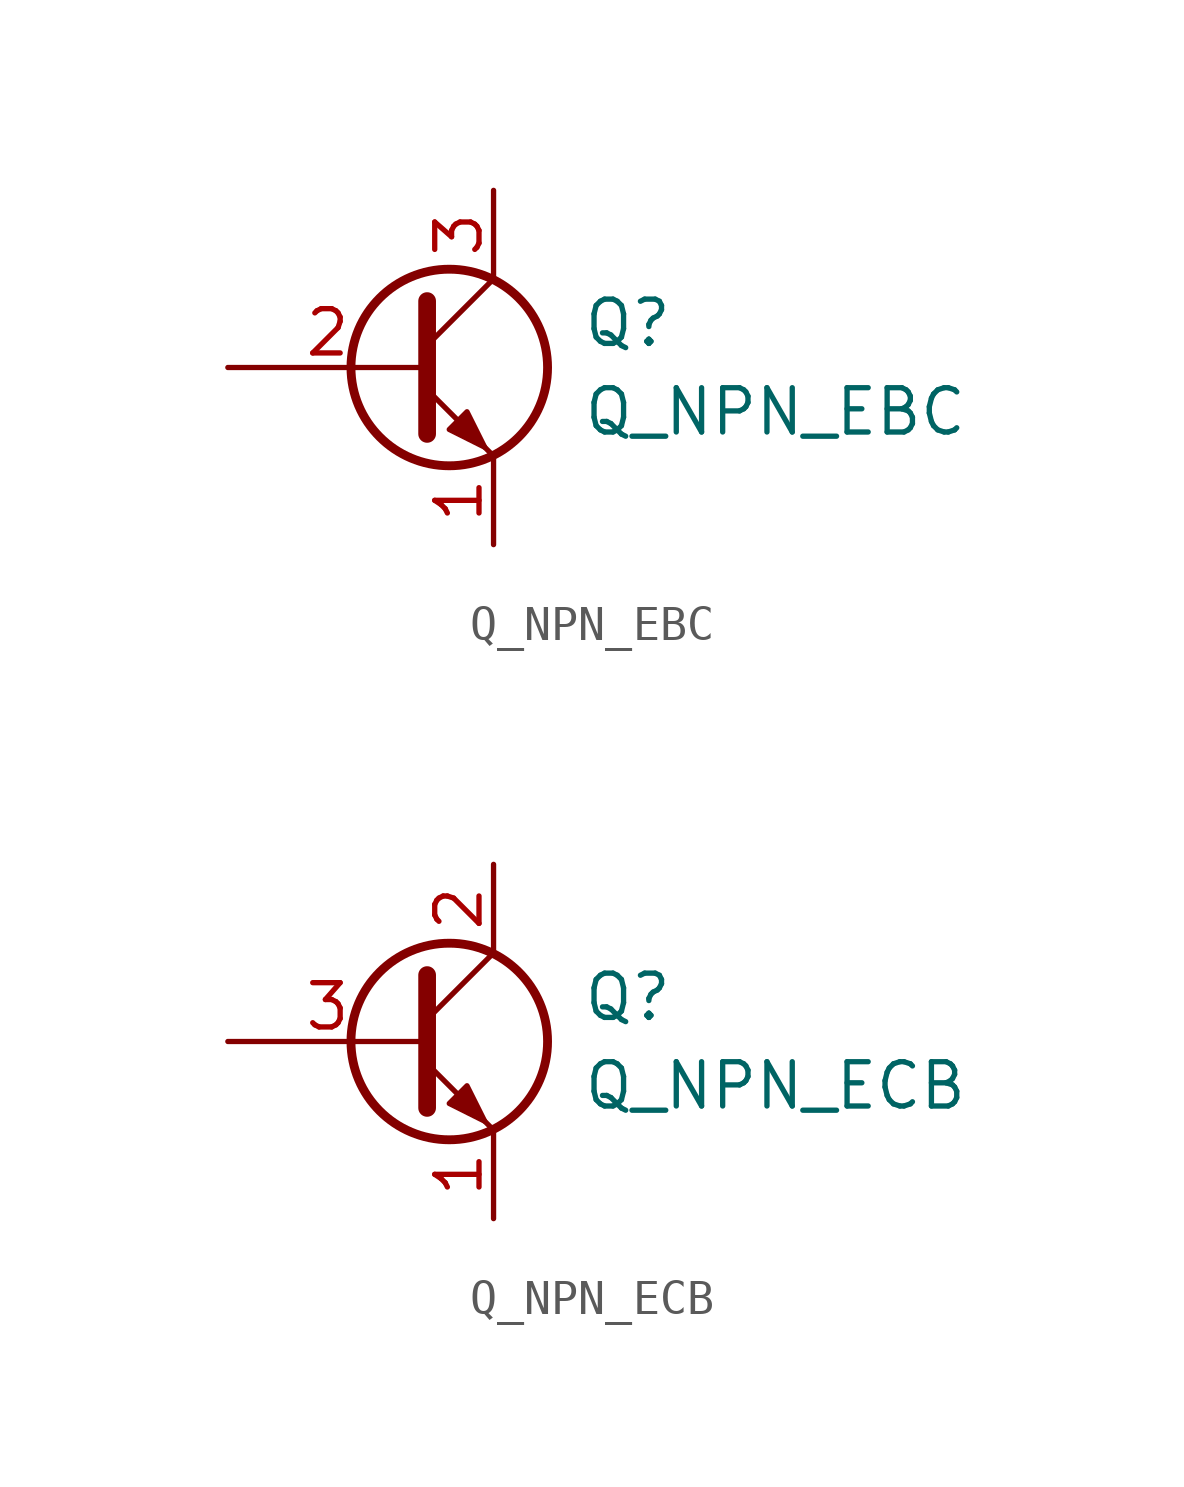
<source format=kicad_sym>
(kicad_symbol_lib
  (version 20211014)
  (generator kicad_symbol_editor)
  (symbol "Q_NPN_EBC"
    (pin_names
      (offset 0) hide)
    (property "Reference" "Q"
      (at 5.08 1.27 0)
      (effects (font (size 1.27 1.27)) (justify left)))
    (property "Value" "Q_NPN_EBC"
      (at 5.08 -1.27 0)
      (effects (font (size 1.27 1.27)) (justify left)))
    (symbol "Q_NPN_EBC_0_1"
      (polyline (pts (xy 0.635 0.635) (xy 2.54 2.54)) (stroke (width 0) (type default) (color 0 0 0 0)) (fill (type none)))
      (polyline (pts (xy 0.635 -0.635) (xy 2.54 -2.54) (xy 2.54 -2.54)) (stroke (width 0) (type default) (color 0 0 0 0)) (fill (type none)))
      (polyline (pts (xy 0.635 1.905) (xy 0.635 -1.905) (xy 0.635 -1.905)) (stroke (width 0.508) (type default) (color 0 0 0 0)) (fill (type none)))
      (polyline (pts (xy 1.27 -1.778) (xy 1.778 -1.27) (xy 2.286 -2.286) (xy 1.27 -1.778) (xy 1.27 -1.778)) (stroke (width 0) (type default) (color 0 0 0 0)) (fill (type outline)))
      (circle (center 1.27 0) (radius 2.819) (stroke (width 0.254) (type default) (color 0 0 0 0)) (fill (type none))))
    (symbol "Q_NPN_EBC_1_1"
      (pin passive line (at 2.54 -5.08 90) (length 2.54) (name "E" (effects (font (size 1.27 1.27)))) (number "1" (effects (font (size 1.27 1.27)))))
      (pin passive line (at -5.08 0 0) (length 5.715) (name "B" (effects (font (size 1.27 1.27)))) (number "2" (effects (font (size 1.27 1.27)))))
      (pin passive line (at 2.54 5.08 270) (length 2.54) (name "C" (effects (font (size 1.27 1.27)))) (number "3" (effects (font (size 1.27 1.27)))))))
  (symbol "Q_NPN_ECB"
    (pin_names
      (offset 0) hide)
    (property "Reference" "Q"
      (at 5.08 1.27 0)
      (effects (font (size 1.27 1.27)) (justify left)))
    (property "Value" "Q_NPN_ECB"
      (at 5.08 -1.27 0)
      (effects (font (size 1.27 1.27)) (justify left)))
    (symbol "Q_NPN_ECB_0_1"
      (polyline (pts (xy 0.635 0.635) (xy 2.54 2.54)) (stroke (width 0) (type default) (color 0 0 0 0)) (fill (type none)))
      (polyline (pts (xy 0.635 -0.635) (xy 2.54 -2.54) (xy 2.54 -2.54)) (stroke (width 0) (type default) (color 0 0 0 0)) (fill (type none)))
      (polyline (pts (xy 0.635 1.905) (xy 0.635 -1.905) (xy 0.635 -1.905)) (stroke (width 0.508) (type default) (color 0 0 0 0)) (fill (type none)))
      (polyline (pts (xy 1.27 -1.778) (xy 1.778 -1.27) (xy 2.286 -2.286) (xy 1.27 -1.778) (xy 1.27 -1.778)) (stroke (width 0) (type default) (color 0 0 0 0)) (fill (type outline)))
      (circle (center 1.27 0) (radius 2.819) (stroke (width 0.254) (type default) (color 0 0 0 0)) (fill (type none))))
    (symbol "Q_NPN_ECB_1_1"
      (pin passive line (at 2.54 -5.08 90) (length 2.54) (name "E" (effects (font (size 1.27 1.27)))) (number "1" (effects (font (size 1.27 1.27)))))
      (pin passive line (at 2.54 5.08 270) (length 2.54) (name "C" (effects (font (size 1.27 1.27)))) (number "2" (effects (font (size 1.27 1.27)))))
      (pin passive line (at -5.08 0 0) (length 5.715) (name "B" (effects (font (size 1.27 1.27)))) (number "3" (effects (font (size 1.27 1.27))))))))
</source>
